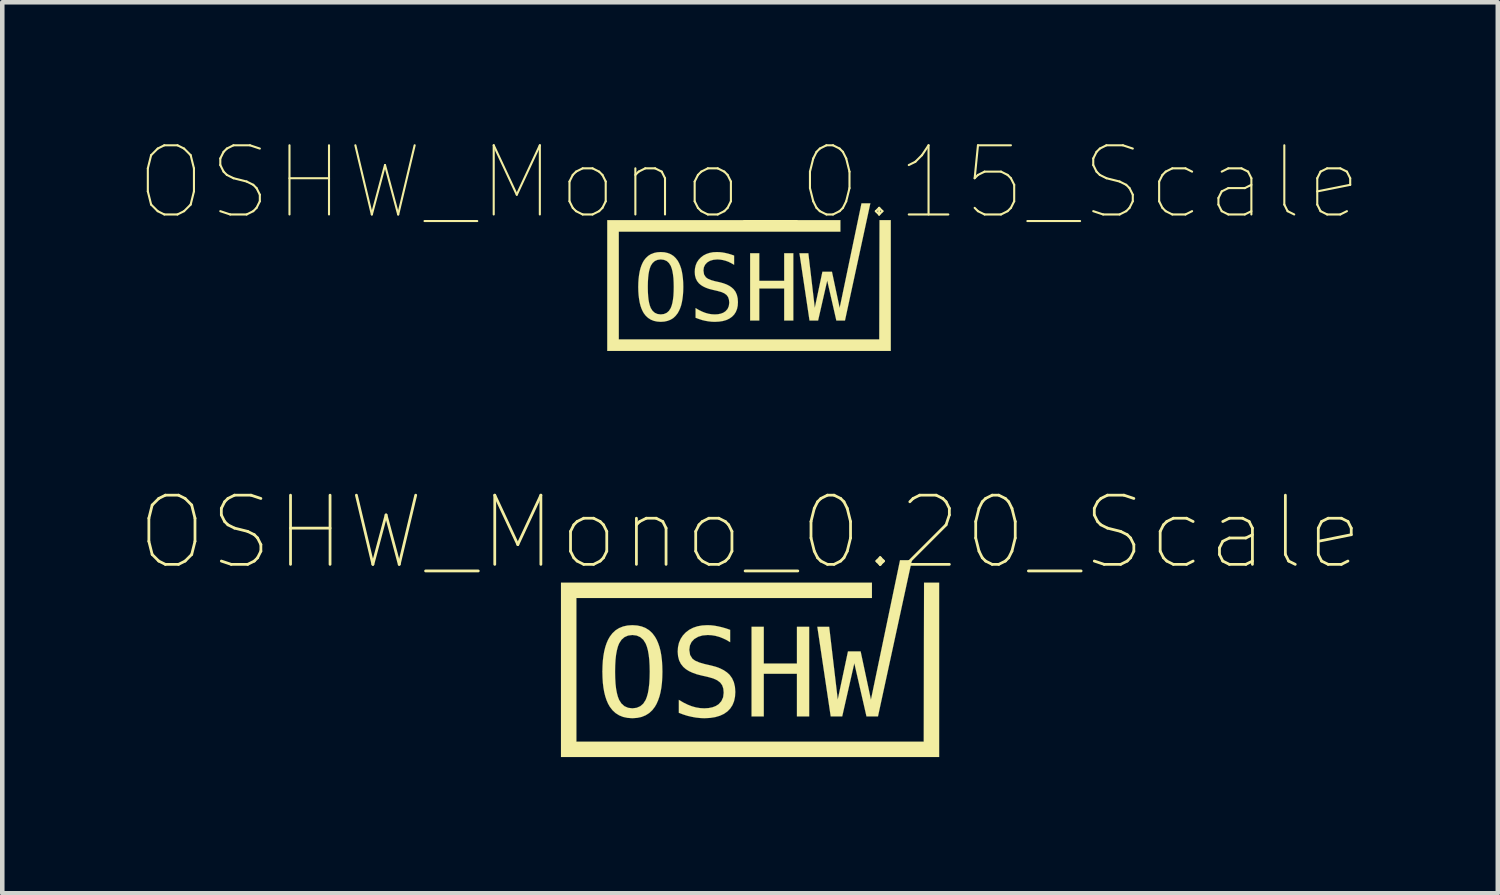
<source format=kicad_pcb>
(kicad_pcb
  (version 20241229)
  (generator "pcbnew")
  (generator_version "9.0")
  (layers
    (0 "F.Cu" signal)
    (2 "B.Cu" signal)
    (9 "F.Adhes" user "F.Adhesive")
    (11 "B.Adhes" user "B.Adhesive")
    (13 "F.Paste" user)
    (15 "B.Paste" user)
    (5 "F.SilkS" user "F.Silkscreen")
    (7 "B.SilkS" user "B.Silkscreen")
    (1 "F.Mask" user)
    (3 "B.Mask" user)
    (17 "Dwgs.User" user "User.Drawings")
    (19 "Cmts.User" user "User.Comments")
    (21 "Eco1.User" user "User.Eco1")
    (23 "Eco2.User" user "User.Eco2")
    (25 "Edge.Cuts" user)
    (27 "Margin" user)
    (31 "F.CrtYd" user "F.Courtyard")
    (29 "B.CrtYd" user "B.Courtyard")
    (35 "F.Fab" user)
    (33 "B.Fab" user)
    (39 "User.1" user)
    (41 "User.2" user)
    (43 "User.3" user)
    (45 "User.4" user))
  (footprint "OSHW_Mono_0.15_Scale"
    (layer "F.Cu")
    (at 13.451 3.055)
    (property "Reference" "OSHW_Mono_0.15_Scale" (at 0 -2.083 0) (layer "F.SilkS") (effects (font (size 1.524 1.524) (thickness 0.046))))
    (attr through_hole)
    (fp_poly (pts (xy 0.025 -0.526) (xy 0.226 -0.526) (xy 0.226 0.082) (xy 0.775 0.082) (xy 0.775 -0.526) (xy 0.976 -0.526) (xy 0.976 0.956) (xy 0.775 0.956) (xy 0.775 0.25) (xy 0.226 0.25) (xy 0.226 0.956) (xy 0.025 0.956) (xy 0.025 -0.526)) (stroke (width 0.003) (type solid)) (fill yes) (layer "F.SilkS"))
    (fp_poly (pts (xy 1.111 -0.526) (xy 1.307 -0.526) (xy 1.449 0.677) (xy 1.617 -0.119) (xy 1.827 -0.119) (xy 1.997 0.679) (xy 2.478 -1.626) (xy 2.673 -1.626) (xy 2.114 0.956) (xy 1.924 0.956) (xy 1.723 0.076) (xy 1.522 0.956) (xy 1.333 0.956) (xy 1.111 -0.526)) (stroke (width 0.003) (type solid)) (fill yes) (layer "F.SilkS"))
    (fp_poly (pts (xy -3.123 -1.255) (xy -3.123 -1.128) (xy -3.123 1.499) (xy -3.123 1.626) (xy -2.996 1.626) (xy 2.996 1.626) (xy 3.123 1.626) (xy 3.123 1.499) (xy 3.123 -1.255) (xy 2.875 -1.255) (xy 2.869 1.372) (xy -2.869 1.372) (xy -2.869 -1.001) (xy 2.013 -1.001) (xy 2.013 -1.255) (xy -2.996 -1.255) (xy -3.123 -1.255)) (stroke (width 0.003) (type solid)) (fill yes) (layer "F.SilkS"))
    (fp_poly (pts (xy -0.329 -0.475) (xy -0.329 -0.272) (xy -0.39 -0.307) (xy -0.451 -0.337) (xy -0.513 -0.36) (xy -0.574 -0.376) (xy -0.635 -0.386) (xy -0.697 -0.39) (xy -0.785 -0.382) (xy -0.86 -0.36) (xy -0.922 -0.323) (xy -0.967 -0.274) (xy -0.995 -0.215) (xy -1.004 -0.146) (xy -0.991 -0.059) (xy -0.95 0.004) (xy -0.904 0.037) (xy -0.836 0.066) (xy -0.748 0.091) (xy -0.643 0.114) (xy -0.564 0.136) (xy -0.494 0.162) (xy -0.433 0.193) (xy -0.382 0.228) (xy -0.339 0.267) (xy -0.297 0.324) (xy -0.268 0.39) (xy -0.25 0.466) (xy -0.244 0.551) (xy -0.249 0.631) (xy -0.265 0.704) (xy -0.291 0.768) (xy -0.328 0.825) (xy -0.375 0.873) (xy -0.432 0.913) (xy -0.499 0.945) (xy -0.575 0.967) (xy -0.661 0.98) (xy -0.756 0.985) (xy -0.825 0.982) (xy -0.895 0.974) (xy -0.965 0.962) (xy -1.035 0.945) (xy -1.106 0.922) (xy -1.177 0.895) (xy -1.177 0.682) (xy -1.102 0.726) (xy -1.03 0.761) (xy -0.961 0.788) (xy -0.893 0.807) (xy -0.825 0.818) (xy -0.756 0.822) (xy -0.684 0.818) (xy -0.621 0.805) (xy -0.566 0.784) (xy -0.52 0.754) (xy -0.473 0.703) (xy -0.445 0.639) (xy -0.435 0.564) (xy -0.442 0.496) (xy -0.461 0.439) (xy -0.494 0.394) (xy -0.542 0.358) (xy -0.609 0.328) (xy -0.695 0.304) (xy -0.803 0.279) (xy -0.881 0.259) (xy -0.95 0.234) (xy -1.009 0.206) (xy -1.06 0.174) (xy -1.102 0.138) (xy -1.143 0.087) (xy -1.172 0.028) (xy -1.19 -0.039) (xy -1.195 -0.115) (xy -1.19 -0.191) (xy -1.174 -0.261) (xy -1.148 -0.324) (xy -1.11 -0.381) (xy -1.062 -0.432) (xy -1.005 -0.476) (xy -0.941 -0.509) (xy -0.87 -0.533) (xy -0.792 -0.548) (xy -0.707 -0.552) (xy -0.649 -0.55) (xy -0.59 -0.544) (xy -0.528 -0.533) (xy -0.464 -0.518) (xy -0.398 -0.499) (xy -0.329 -0.475)) (stroke (width 0.003) (type solid)) (fill yes) (layer "F.SilkS"))
    (fp_poly (pts (xy -1.658 0.217) (xy -1.448 0.217) (xy -1.45 0.31) (xy -1.456 0.398) (xy -1.466 0.479) (xy -1.479 0.554) (xy -1.496 0.624) (xy -1.518 0.687) (xy -1.543 0.743) (xy -1.571 0.794) (xy -1.616 0.852) (xy -1.667 0.9) (xy -1.726 0.937) (xy -1.792 0.963) (xy -1.864 0.979) (xy -1.945 0.985) (xy -2.025 0.979) (xy -2.098 0.963) (xy -2.163 0.937) (xy -2.222 0.9) (xy -2.273 0.853) (xy -2.318 0.795) (xy -2.346 0.745) (xy -2.371 0.688) (xy -2.392 0.625) (xy -2.409 0.556) (xy -2.422 0.48) (xy -2.432 0.399) (xy -2.438 0.311) (xy -2.44 0.217) (xy -2.438 0.123) (xy -2.432 0.035) (xy -2.422 -0.047) (xy -2.409 -0.122) (xy -2.392 -0.191) (xy -2.371 -0.254) (xy -2.346 -0.311) (xy -2.318 -0.362) (xy -2.273 -0.42) (xy -2.221 -0.468) (xy -2.163 -0.505) (xy -2.097 -0.531) (xy -2.024 -0.547) (xy -1.945 -0.552) (xy -1.864 -0.547) (xy -1.792 -0.531) (xy -1.726 -0.505) (xy -1.667 -0.468) (xy -1.616 -0.42) (xy -1.571 -0.362) (xy -1.543 -0.311) (xy -1.518 -0.254) (xy -1.496 -0.191) (xy -1.479 -0.122) (xy -1.466 -0.047) (xy -1.456 0.035) (xy -1.45 0.123) (xy -1.448 0.217) (xy -1.658 0.217) (xy -1.66 0.113) (xy -1.665 0.02) (xy -1.675 -0.063) (xy -1.688 -0.136) (xy -1.705 -0.198) (xy -1.725 -0.25) (xy -1.764 -0.311) (xy -1.813 -0.355) (xy -1.874 -0.381) (xy -1.945 -0.39) (xy -2.015 -0.381) (xy -2.075 -0.355) (xy -2.125 -0.311) (xy -2.164 -0.25) (xy -2.184 -0.198) (xy -2.201 -0.136) (xy -2.214 -0.063) (xy -2.223 0.02) (xy -2.228 0.113) (xy -2.23 0.217) (xy -2.228 0.32) (xy -2.223 0.413) (xy -2.214 0.496) (xy -2.201 0.568) (xy -2.184 0.63) (xy -2.164 0.682) (xy -2.125 0.743) (xy -2.075 0.787) (xy -2.015 0.813) (xy -1.945 0.822) (xy -1.874 0.813) (xy -1.813 0.787) (xy -1.764 0.744) (xy -1.725 0.683) (xy -1.705 0.631) (xy -1.688 0.569) (xy -1.675 0.496) (xy -1.665 0.413) (xy -1.66 0.32) (xy -1.658 0.217)) (stroke (width 0.003) (type solid)) (fill yes) (layer "F.SilkS")))
  (footprint "OSHW_Mono_0.20_Scale"
    (layer "F.Cu")
    (at 13.474 11.459)
    (property "Reference" "OSHW_Mono_0.20_Scale" (at 0 -2.778 0) (layer "F.SilkS") (effects (font (size 1.524 1.524) (thickness 0.061))))
    (attr through_hole)
    (fp_poly (pts (xy 0.033 -0.701) (xy 0.302 -0.701) (xy 0.302 0.109) (xy 1.033 0.109) (xy 1.033 -0.701) (xy 1.302 -0.701) (xy 1.302 1.274) (xy 1.033 1.274) (xy 1.033 0.334) (xy 0.302 0.334) (xy 0.302 1.274) (xy 0.033 1.274) (xy 0.033 -0.701)) (stroke (width 0.003) (type solid)) (fill yes) (layer "F.SilkS"))
    (fp_poly (pts (xy 1.482 -0.701) (xy 1.743 -0.701) (xy 1.932 0.903) (xy 2.157 -0.158) (xy 2.436 -0.158) (xy 2.663 0.905) (xy 3.304 -2.168) (xy 3.565 -2.168) (xy 2.818 1.274) (xy 2.565 1.274) (xy 2.297 0.101) (xy 2.03 1.274) (xy 1.777 1.274) (xy 1.482 -0.701)) (stroke (width 0.003) (type solid)) (fill yes) (layer "F.SilkS"))
    (fp_poly (pts (xy -4.165 -1.673) (xy -4.165 -1.504) (xy -4.165 1.999) (xy -4.165 2.168) (xy -3.995 2.168) (xy 3.995 2.168) (xy 4.165 2.168) (xy 4.165 1.999) (xy 4.165 -1.673) (xy 3.833 -1.673) (xy 3.826 1.83) (xy -3.826 1.83) (xy -3.826 -1.335) (xy 2.685 -1.335) (xy 2.685 -1.673) (xy -3.995 -1.673) (xy -4.165 -1.673)) (stroke (width 0.003) (type solid)) (fill yes) (layer "F.SilkS"))
    (fp_poly (pts (xy -0.439 -0.633) (xy -0.439 -0.362) (xy -0.52 -0.41) (xy -0.602 -0.449) (xy -0.684 -0.48) (xy -0.765 -0.502) (xy -0.847 -0.515) (xy -0.93 -0.52) (xy -1.047 -0.51) (xy -1.147 -0.48) (xy -1.229 -0.431) (xy -1.29 -0.366) (xy -1.326 -0.287) (xy -1.339 -0.194) (xy -1.321 -0.079) (xy -1.267 0.006) (xy -1.205 0.049) (xy -1.115 0.087) (xy -0.997 0.121) (xy -0.857 0.153) (xy -0.752 0.181) (xy -0.659 0.216) (xy -0.578 0.257) (xy -0.509 0.304) (xy -0.452 0.356) (xy -0.397 0.432) (xy -0.357 0.52) (xy -0.333 0.621) (xy -0.325 0.735) (xy -0.332 0.842) (xy -0.353 0.939) (xy -0.388 1.025) (xy -0.437 1.1) (xy -0.5 1.165) (xy -0.576 1.218) (xy -0.665 1.259) (xy -0.767 1.289) (xy -0.881 1.307) (xy -1.008 1.313) (xy -1.101 1.309) (xy -1.194 1.299) (xy -1.287 1.282) (xy -1.381 1.26) (xy -1.475 1.23) (xy -1.569 1.194) (xy -1.569 0.909) (xy -1.469 0.968) (xy -1.374 1.015) (xy -1.282 1.051) (xy -1.191 1.076) (xy -1.099 1.091) (xy -1.008 1.096) (xy -0.912 1.09) (xy -0.828 1.073) (xy -0.755 1.045) (xy -0.693 1.006) (xy -0.631 0.937) (xy -0.593 0.852) (xy -0.581 0.752) (xy -0.589 0.661) (xy -0.615 0.585) (xy -0.659 0.526) (xy -0.723 0.478) (xy -0.812 0.437) (xy -0.927 0.405) (xy -1.07 0.372) (xy -1.174 0.345) (xy -1.266 0.312) (xy -1.346 0.275) (xy -1.414 0.232) (xy -1.47 0.184) (xy -1.524 0.116) (xy -1.563 0.037) (xy -1.586 -0.053) (xy -1.594 -0.153) (xy -1.587 -0.255) (xy -1.566 -0.348) (xy -1.53 -0.432) (xy -1.48 -0.509) (xy -1.417 -0.576) (xy -1.341 -0.634) (xy -1.255 -0.679) (xy -1.16 -0.711) (xy -1.056 -0.73) (xy -0.943 -0.736) (xy -0.866 -0.734) (xy -0.786 -0.725) (xy -0.704 -0.71) (xy -0.618 -0.69) (xy -0.53 -0.665) (xy -0.439 -0.633)) (stroke (width 0.003) (type solid)) (fill yes) (layer "F.SilkS"))
    (fp_poly (pts (xy -2.21 0.289) (xy -1.931 0.289) (xy -1.934 0.414) (xy -1.941 0.53) (xy -1.954 0.639) (xy -1.972 0.739) (xy -1.995 0.831) (xy -2.024 0.915) (xy -2.057 0.991) (xy -2.095 1.059) (xy -2.154 1.136) (xy -2.223 1.2) (xy -2.301 1.249) (xy -2.389 1.285) (xy -2.486 1.306) (xy -2.593 1.313) (xy -2.699 1.306) (xy -2.797 1.285) (xy -2.884 1.25) (xy -2.963 1.2) (xy -3.031 1.137) (xy -3.09 1.06) (xy -3.128 0.993) (xy -3.161 0.917) (xy -3.189 0.833) (xy -3.212 0.741) (xy -3.23 0.64) (xy -3.243 0.531) (xy -3.25 0.414) (xy -3.253 0.289) (xy -3.25 0.164) (xy -3.243 0.047) (xy -3.23 -0.062) (xy -3.212 -0.163) (xy -3.189 -0.255) (xy -3.161 -0.339) (xy -3.128 -0.415) (xy -3.09 -0.482) (xy -3.031 -0.56) (xy -2.962 -0.624) (xy -2.884 -0.673) (xy -2.796 -0.708) (xy -2.699 -0.729) (xy -2.593 -0.736) (xy -2.486 -0.729) (xy -2.389 -0.708) (xy -2.301 -0.673) (xy -2.223 -0.624) (xy -2.154 -0.56) (xy -2.095 -0.482) (xy -2.057 -0.415) (xy -2.024 -0.339) (xy -1.995 -0.255) (xy -1.972 -0.163) (xy -1.954 -0.062) (xy -1.941 0.047) (xy -1.934 0.164) (xy -1.931 0.289) (xy -2.21 0.289) (xy -2.213 0.151) (xy -2.22 0.026) (xy -2.233 -0.084) (xy -2.25 -0.181) (xy -2.273 -0.264) (xy -2.3 -0.333) (xy -2.352 -0.415) (xy -2.418 -0.473) (xy -2.498 -0.508) (xy -2.593 -0.52) (xy -2.687 -0.508) (xy -2.767 -0.473) (xy -2.833 -0.415) (xy -2.885 -0.333) (xy -2.912 -0.264) (xy -2.934 -0.181) (xy -2.952 -0.084) (xy -2.964 0.026) (xy -2.971 0.151) (xy -2.974 0.289) (xy -2.971 0.427) (xy -2.964 0.551) (xy -2.952 0.661) (xy -2.934 0.757) (xy -2.912 0.84) (xy -2.885 0.909) (xy -2.833 0.991) (xy -2.767 1.049) (xy -2.687 1.084) (xy -2.593 1.096) (xy -2.498 1.084) (xy -2.418 1.049) (xy -2.352 0.992) (xy -2.3 0.911) (xy -2.273 0.841) (xy -2.25 0.759) (xy -2.233 0.662) (xy -2.22 0.551) (xy -2.213 0.427) (xy -2.21 0.289)) (stroke (width 0.003) (type solid)) (fill yes) (layer "F.SilkS")))
  (gr_rect
    (start -3 -3)
    (end 29.947 16.629)
    (stroke (width 0.1) (type default))
    (fill no)
    (layer "Edge.Cuts")))
</source>
